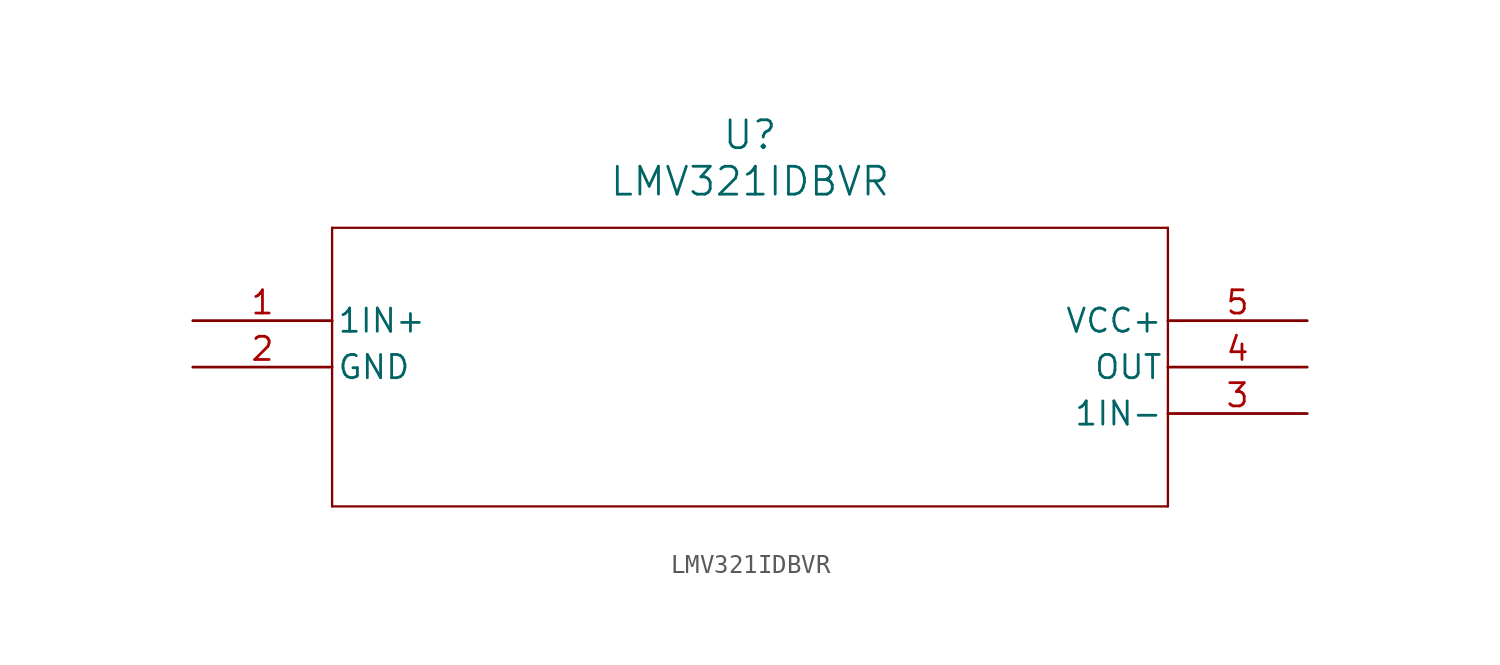
<source format=kicad_sym>
(kicad_symbol_lib
  (version 20241209)
  (generator "kicad_symbol_editor")
  (generator_version "9.0")
  (symbol "LMV321IDBVR"
    (pin_names
      (offset 0.254))
    (property "Reference" "U"
      (at 30.48 10.16 0)
      (effects (font (size 1.524 1.524))))
    (property "Value" "LMV321IDBVR"
      (at 30.48 7.62 0)
      (effects (font (size 1.524 1.524))))
    (property "ki_locked" ""
      (at 0 0 0)
      (effects (font (size 1.27 1.27))))
    (symbol "LMV321IDBVR_0_1"
      (polyline (pts (xy 7.62 5.08) (xy 7.62 -10.16)) (stroke (width 0.127) (type default)) (fill (type none)))
      (polyline (pts (xy 7.62 -10.16) (xy 53.34 -10.16)) (stroke (width 0.127) (type default)) (fill (type none)))
      (polyline (pts (xy 53.34 5.08) (xy 7.62 5.08)) (stroke (width 0.127) (type default)) (fill (type none)))
      (polyline (pts (xy 53.34 -10.16) (xy 53.34 5.08)) (stroke (width 0.127) (type default)) (fill (type none)))
      (pin input line (at 0 0 0) (length 7.62) (name "1IN+" (effects (font (size 1.27 1.27)))) (number "1" (effects (font (size 1.27 1.27)))))
      (pin power_in line (at 0 -2.54 0) (length 7.62) (name "GND" (effects (font (size 1.27 1.27)))) (number "2" (effects (font (size 1.27 1.27)))))
      (pin power_in line (at 60.96 0 180) (length 7.62) (name "VCC+" (effects (font (size 1.27 1.27)))) (number "5" (effects (font (size 1.27 1.27)))))
      (pin output line (at 60.96 -2.54 180) (length 7.62) (name "OUT" (effects (font (size 1.27 1.27)))) (number "4" (effects (font (size 1.27 1.27)))))
      (pin input line (at 60.96 -5.08 180) (length 7.62) (name "1IN-" (effects (font (size 1.27 1.27)))) (number "3" (effects (font (size 1.27 1.27))))))))
</source>
